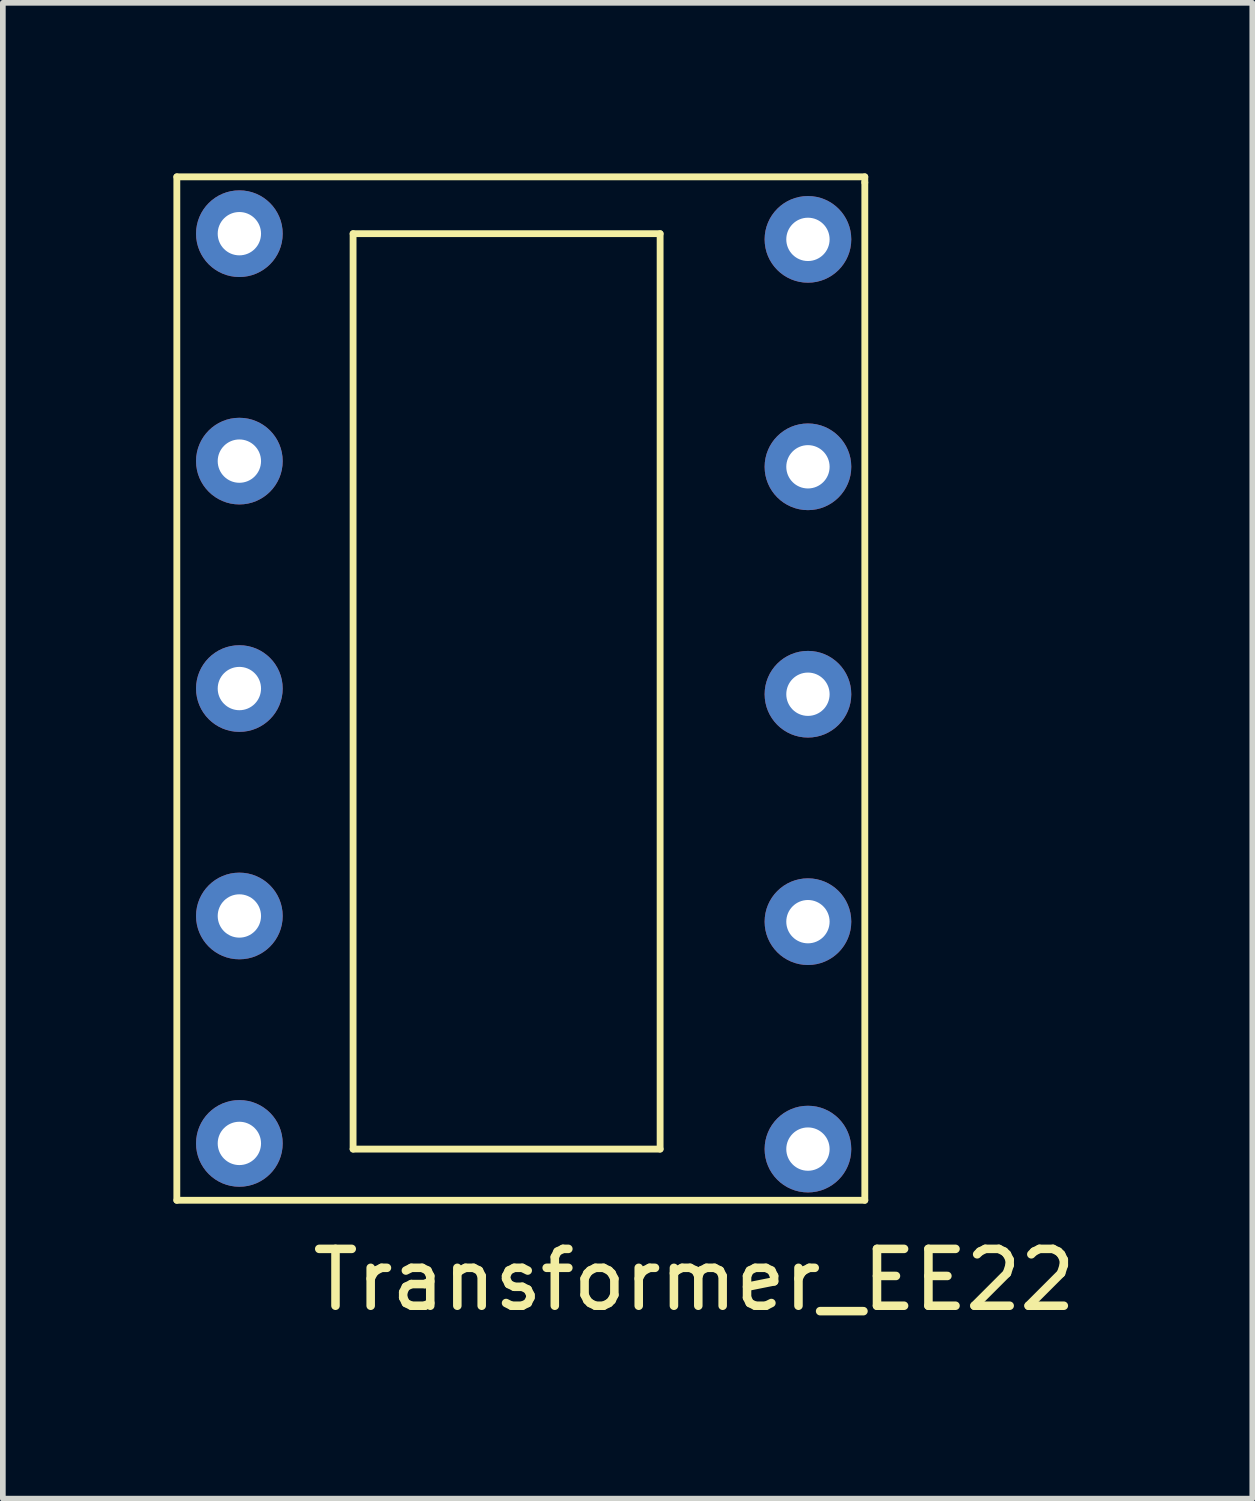
<source format=kicad_pcb>
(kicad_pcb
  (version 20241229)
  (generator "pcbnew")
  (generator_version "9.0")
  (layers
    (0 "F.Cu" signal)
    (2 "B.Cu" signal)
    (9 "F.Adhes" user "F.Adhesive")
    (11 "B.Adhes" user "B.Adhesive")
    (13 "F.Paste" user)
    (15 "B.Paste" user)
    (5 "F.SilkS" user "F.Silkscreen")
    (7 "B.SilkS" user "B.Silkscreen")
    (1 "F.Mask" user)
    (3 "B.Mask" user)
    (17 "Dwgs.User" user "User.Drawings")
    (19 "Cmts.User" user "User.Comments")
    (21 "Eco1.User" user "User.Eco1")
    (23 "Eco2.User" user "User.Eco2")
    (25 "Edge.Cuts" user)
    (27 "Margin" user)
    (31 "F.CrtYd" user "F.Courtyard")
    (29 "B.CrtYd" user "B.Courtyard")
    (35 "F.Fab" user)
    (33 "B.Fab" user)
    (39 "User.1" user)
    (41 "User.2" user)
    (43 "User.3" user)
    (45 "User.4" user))
  (footprint "Transformer_EE22"
    (layer "F.Cu")
    (at 5.96 9.06)
    (property "Reference" "Transformer_EE22" (at 3.2 10.4 0) (layer "F.SilkS") (effects (font (size 1 1) (thickness 0.15))))
    (attr through_hole)
    (fp_line (start -5.9 -9) (end -5.9 9) (stroke (width 0.12) (type solid)) (layer "F.SilkS"))
    (fp_line (start -5.9 9) (end 6.2 9) (stroke (width 0.12) (type solid)) (layer "F.SilkS"))
    (fp_line (start -2.8 -8) (end 2.6 -8) (stroke (width 0.12) (type solid)) (layer "F.SilkS"))
    (fp_line (start -2.8 8.1) (end -2.8 -8) (stroke (width 0.12) (type solid)) (layer "F.SilkS"))
    (fp_line (start 2.6 -8) (end 2.6 8.1) (stroke (width 0.12) (type solid)) (layer "F.SilkS"))
    (fp_line (start 2.6 8.1) (end -2.8 8.1) (stroke (width 0.12) (type solid)) (layer "F.SilkS"))
    (fp_line (start 6.2 -9) (end -5.9 -9) (stroke (width 0.12) (type solid)) (layer "F.SilkS"))
    (fp_line (start 6.2 -8.9) (end 6.2 -9) (stroke (width 0.12) (type solid)) (layer "F.SilkS"))
    (fp_line (start 6.2 9) (end 6.2 -8.9) (stroke (width 0.12) (type solid)) (layer "F.SilkS"))
    (pad "1" thru_hole circle (at -4.8 8) (size 1.524 1.524) (drill 0.762) (layers "*.Cu" "*.Mask"))
    (pad "2" thru_hole circle (at -4.8 4) (size 1.524 1.524) (drill 0.762) (layers "*.Cu" "*.Mask"))
    (pad "3" thru_hole circle (at -4.8 0) (size 1.524 1.524) (drill 0.762) (layers "*.Cu" "*.Mask"))
    (pad "4" thru_hole circle (at -4.8 -4) (size 1.524 1.524) (drill 0.762) (layers "*.Cu" "*.Mask"))
    (pad "5" thru_hole circle (at -4.8 -8) (size 1.524 1.524) (drill 0.762) (layers "*.Cu" "*.Mask"))
    (pad "6" thru_hole circle (at 5.2 -7.9) (size 1.524 1.524) (drill 0.762) (layers "*.Cu" "*.Mask"))
    (pad "7" thru_hole circle (at 5.2 -3.9) (size 1.524 1.524) (drill 0.762) (layers "*.Cu" "*.Mask"))
    (pad "8" thru_hole circle (at 5.2 0.1) (size 1.524 1.524) (drill 0.762) (layers "*.Cu" "*.Mask"))
    (pad "9" thru_hole circle (at 5.2 4.1) (size 1.524 1.524) (drill 0.762) (layers "*.Cu" "*.Mask"))
    (pad "10" thru_hole circle (at 5.2 8.1) (size 1.524 1.524) (drill 0.762) (layers "*.Cu" "*.Mask")))
  (gr_rect
    (start -3 -3)
    (end 18.975 23.308)
    (stroke (width 0.1) (type default))
    (fill no)
    (layer "Edge.Cuts")))
</source>
